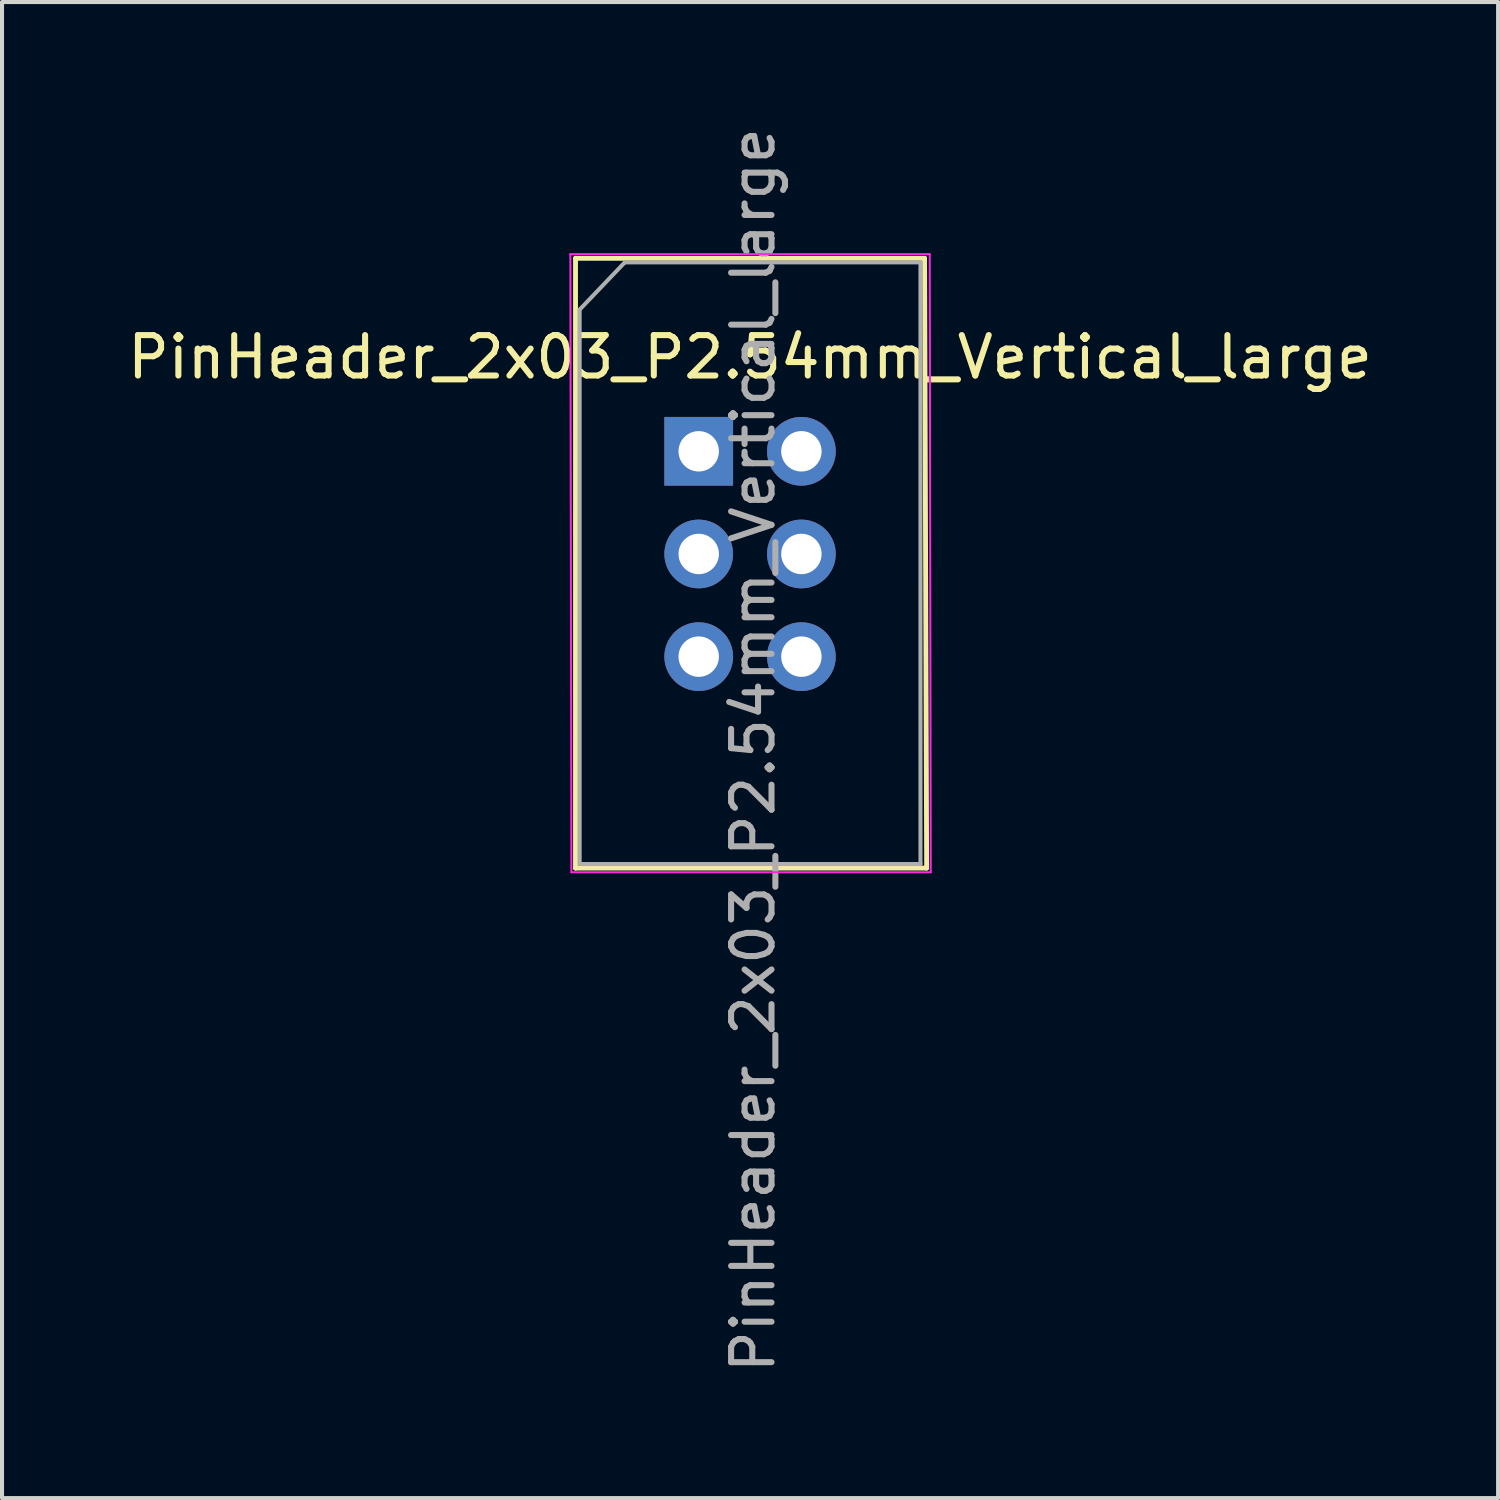
<source format=kicad_pcb>
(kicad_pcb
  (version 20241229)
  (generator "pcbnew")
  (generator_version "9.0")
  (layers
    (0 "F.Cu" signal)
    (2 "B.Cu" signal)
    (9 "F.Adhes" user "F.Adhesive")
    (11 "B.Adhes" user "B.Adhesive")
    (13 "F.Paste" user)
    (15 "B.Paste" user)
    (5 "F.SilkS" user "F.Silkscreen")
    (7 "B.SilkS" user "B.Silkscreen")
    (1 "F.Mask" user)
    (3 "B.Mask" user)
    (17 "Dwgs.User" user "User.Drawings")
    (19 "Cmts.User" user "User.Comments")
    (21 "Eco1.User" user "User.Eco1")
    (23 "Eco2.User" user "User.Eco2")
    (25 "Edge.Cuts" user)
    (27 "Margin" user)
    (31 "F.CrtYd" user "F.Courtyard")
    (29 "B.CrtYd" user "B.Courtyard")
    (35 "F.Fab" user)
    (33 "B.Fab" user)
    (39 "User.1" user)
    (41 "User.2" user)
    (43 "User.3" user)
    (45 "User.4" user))
  (footprint "PinHeader_2x03_P2.54mm_Vertical_large"
    (layer "F.Cu")
    (at 14.236 8.115)
    (property "Reference" "PinHeader_2x03_P2.54mm_Vertical_large" (at 1.27 -2.33 0) (layer "F.SilkS") (effects (font (size 1 1) (thickness 0.15))))
    (attr through_hole)
    (fp_line (start -3.048 -4.775) (end -3.048 10.312) (stroke (width 0.12) (type solid)) (layer "F.SilkS"))
    (fp_line (start -3.048 -4.775) (end 5.588 -4.775) (stroke (width 0.12) (type solid)) (layer "F.SilkS"))
    (fp_line (start -3.048 10.312) (end 5.639 10.312) (stroke (width 0.12) (type solid)) (layer "F.SilkS"))
    (fp_line (start 5.588 -4.775) (end 5.639 10.312) (stroke (width 0.12) (type solid)) (layer "F.SilkS"))
    (fp_line (start -3.175 -4.877) (end -3.15 10.414) (stroke (width 0.05) (type solid)) (layer "F.CrtYd"))
    (fp_line (start -3.15 10.414) (end 5.74 10.414) (stroke (width 0.05) (type solid)) (layer "F.CrtYd"))
    (fp_line (start 5.715 -4.877) (end -3.175 -4.877) (stroke (width 0.05) (type solid)) (layer "F.CrtYd"))
    (fp_line (start 5.74 10.414) (end 5.715 -4.877) (stroke (width 0.05) (type solid)) (layer "F.CrtYd"))
    (fp_line (start -2.946 -3.505) (end -1.829 -4.674) (stroke (width 0.1) (type solid)) (layer "F.Fab"))
    (fp_line (start -2.946 10.211) (end -2.946 -3.505) (stroke (width 0.1) (type solid)) (layer "F.Fab"))
    (fp_line (start -1.829 -4.674) (end 5.486 -4.674) (stroke (width 0.1) (type solid)) (layer "F.Fab"))
    (fp_line (start 5.486 -4.674) (end 5.486 10.211) (stroke (width 0.1) (type solid)) (layer "F.Fab"))
    (fp_line (start 5.486 10.211) (end -2.896 10.211) (stroke (width 0.1) (type solid)) (layer "F.Fab"))
    (fp_text user "${REFERENCE}" (at 1.346 7.391 270) (layer "F.Fab") (effects (font (size 1 1) (thickness 0.15))))
    (pad "1" thru_hole rect (at 0 0) (size 1.7 1.7) (drill 1) (layers "*.Cu" "*.Mask"))
    (pad "2" thru_hole oval (at 2.54 0) (size 1.7 1.7) (drill 1) (layers "*.Cu" "*.Mask"))
    (pad "3" thru_hole oval (at 0 2.54) (size 1.7 1.7) (drill 1) (layers "*.Cu" "*.Mask"))
    (pad "4" thru_hole oval (at 2.54 2.54) (size 1.7 1.7) (drill 1) (layers "*.Cu" "*.Mask"))
    (pad "5" thru_hole oval (at 0 5.08) (size 1.7 1.7) (drill 1) (layers "*.Cu" "*.Mask"))
    (pad "6" thru_hole oval (at 2.54 5.08) (size 1.7 1.7) (drill 1) (layers "*.Cu" "*.Mask")))
  (gr_rect
    (start -3 -3)
    (end 34.012 34.012)
    (stroke (width 0.1) (type default))
    (fill no)
    (layer "Edge.Cuts")))
</source>
